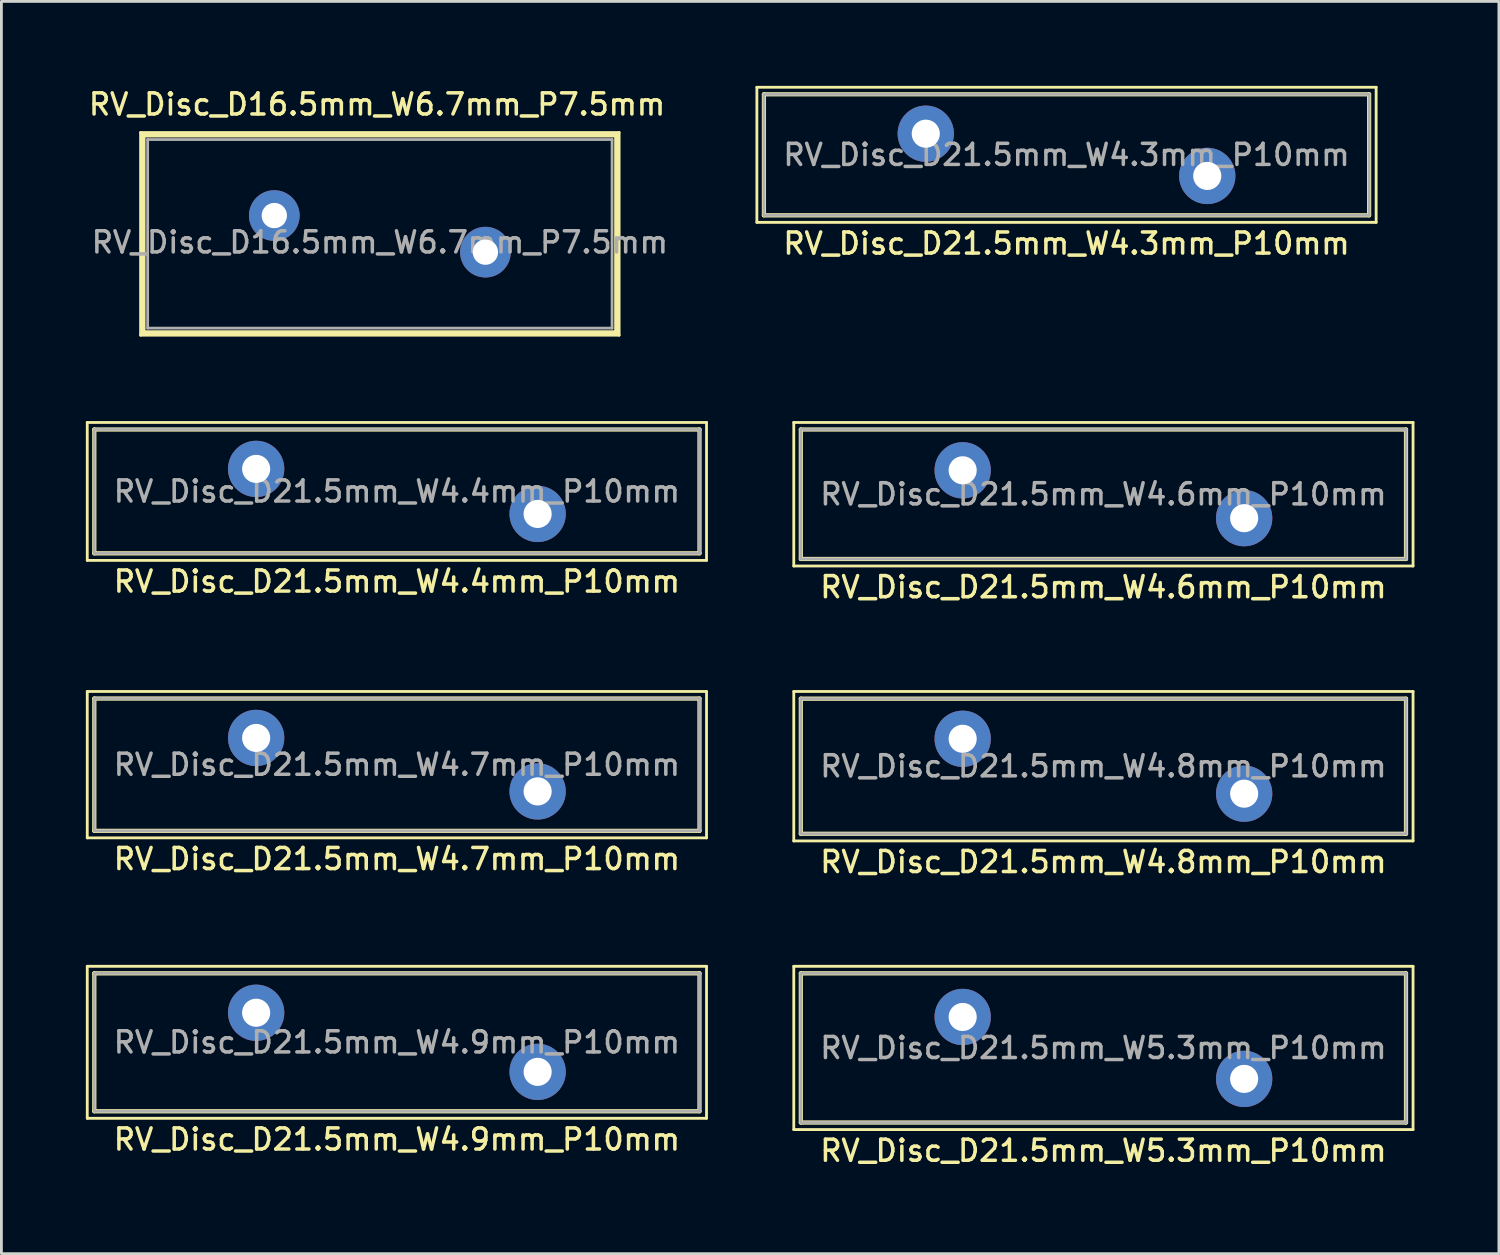
<source format=kicad_pcb>
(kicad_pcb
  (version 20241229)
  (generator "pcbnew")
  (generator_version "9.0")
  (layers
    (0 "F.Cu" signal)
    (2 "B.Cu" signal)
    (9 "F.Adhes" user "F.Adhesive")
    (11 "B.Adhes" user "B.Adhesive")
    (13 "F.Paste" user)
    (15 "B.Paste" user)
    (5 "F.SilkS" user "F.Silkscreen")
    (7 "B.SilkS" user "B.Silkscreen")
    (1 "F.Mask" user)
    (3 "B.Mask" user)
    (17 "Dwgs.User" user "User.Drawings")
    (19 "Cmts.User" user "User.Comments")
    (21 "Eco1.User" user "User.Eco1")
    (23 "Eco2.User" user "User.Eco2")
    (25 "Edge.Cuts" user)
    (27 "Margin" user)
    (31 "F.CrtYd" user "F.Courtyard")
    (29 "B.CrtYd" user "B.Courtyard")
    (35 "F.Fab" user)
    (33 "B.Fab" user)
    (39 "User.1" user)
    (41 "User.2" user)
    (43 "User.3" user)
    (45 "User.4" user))
  (footprint "RV_Disc_D21.5mm_W4.9mm_P10mm"
    (layer "F.Cu")
    (at 6.05 32.929)
    (property "Reference" "RV_Disc_D21.5mm_W4.9mm_P10mm" (at 5 4.5 0) (layer "F.SilkS") (effects (font (size 0.75 0.75) (thickness 0.125))))
    (attr through_hole)
    (fp_line (start -6 -1.65) (end -6 3.75) (stroke (width 0.1) (type solid)) (layer "F.SilkS"))
    (fp_line (start -6 -1.65) (end 16 -1.65) (stroke (width 0.1) (type solid)) (layer "F.SilkS"))
    (fp_line (start -6 3.75) (end 16 3.75) (stroke (width 0.1) (type solid)) (layer "F.SilkS"))
    (fp_line (start -5.75 -1.4) (end -5.75 3.5) (stroke (width 0.15) (type solid)) (layer "F.SilkS"))
    (fp_line (start -5.75 -1.4) (end 15.75 -1.4) (stroke (width 0.15) (type solid)) (layer "F.SilkS"))
    (fp_line (start -5.75 3.5) (end 15.75 3.5) (stroke (width 0.15) (type solid)) (layer "F.SilkS"))
    (fp_line (start 15.75 -1.4) (end 15.75 3.5) (stroke (width 0.15) (type solid)) (layer "F.SilkS"))
    (fp_line (start 16 -1.65) (end 16 3.75) (stroke (width 0.1) (type solid)) (layer "F.SilkS"))
    (fp_line (start -5.75 -1.4) (end -5.75 3.5) (stroke (width 0.1) (type solid)) (layer "F.Fab"))
    (fp_line (start -5.75 -1.4) (end 15.75 -1.4) (stroke (width 0.1) (type solid)) (layer "F.Fab"))
    (fp_line (start -5.75 3.5) (end 15.75 3.5) (stroke (width 0.1) (type solid)) (layer "F.Fab"))
    (fp_line (start 15.75 -1.4) (end 15.75 3.5) (stroke (width 0.1) (type solid)) (layer "F.Fab"))
    (fp_text user "${REFERENCE}" (at 5 1.05 0) (layer "F.Fab") (effects (font (size 0.75 0.75) (thickness 0.125))))
    (pad "1" thru_hole circle (at 0 0) (size 2 2) (drill 1) (layers "*.Cu" "*.Mask"))
    (pad "2" thru_hole circle (at 10 2.1) (size 2 2) (drill 1) (layers "*.Cu" "*.Mask")))
  (footprint "RV_Disc_D21.5mm_W4.3mm_P10mm"
    (layer "F.Cu")
    (at 29.839 1.7)
    (property "Reference" "RV_Disc_D21.5mm_W4.3mm_P10mm" (at 5 3.9 0) (layer "F.SilkS") (effects (font (size 0.75 0.75) (thickness 0.125))))
    (attr through_hole)
    (fp_line (start -6 -1.65) (end -6 3.15) (stroke (width 0.1) (type solid)) (layer "F.SilkS"))
    (fp_line (start -6 -1.65) (end 16 -1.65) (stroke (width 0.1) (type solid)) (layer "F.SilkS"))
    (fp_line (start -6 3.15) (end 16 3.15) (stroke (width 0.1) (type solid)) (layer "F.SilkS"))
    (fp_line (start -5.75 -1.4) (end -5.75 2.9) (stroke (width 0.15) (type solid)) (layer "F.SilkS"))
    (fp_line (start -5.75 -1.4) (end 15.75 -1.4) (stroke (width 0.15) (type solid)) (layer "F.SilkS"))
    (fp_line (start -5.75 2.9) (end 15.75 2.9) (stroke (width 0.15) (type solid)) (layer "F.SilkS"))
    (fp_line (start 15.75 -1.4) (end 15.75 2.9) (stroke (width 0.15) (type solid)) (layer "F.SilkS"))
    (fp_line (start 16 -1.65) (end 16 3.15) (stroke (width 0.1) (type solid)) (layer "F.SilkS"))
    (fp_line (start -5.75 -1.4) (end -5.75 2.9) (stroke (width 0.1) (type solid)) (layer "F.Fab"))
    (fp_line (start -5.75 -1.4) (end 15.75 -1.4) (stroke (width 0.1) (type solid)) (layer "F.Fab"))
    (fp_line (start -5.75 2.9) (end 15.75 2.9) (stroke (width 0.1) (type solid)) (layer "F.Fab"))
    (fp_line (start 15.75 -1.4) (end 15.75 2.9) (stroke (width 0.1) (type solid)) (layer "F.Fab"))
    (fp_text user "${REFERENCE}" (at 5 0.75 0) (layer "F.Fab") (effects (font (size 0.75 0.75) (thickness 0.125))))
    (pad "1" thru_hole circle (at 0 0) (size 2 2) (drill 1) (layers "*.Cu" "*.Mask"))
    (pad "2" thru_hole circle (at 10 1.5) (size 2 2) (drill 1) (layers "*.Cu" "*.Mask")))
  (footprint "RV_Disc_D21.5mm_W4.6mm_P10mm"
    (layer "F.Cu")
    (at 31.15 13.658)
    (property "Reference" "RV_Disc_D21.5mm_W4.6mm_P10mm" (at 5 4.15 0) (layer "F.SilkS") (effects (font (size 0.75 0.75) (thickness 0.125))))
    (attr through_hole)
    (fp_line (start -6 -1.7) (end -6 3.4) (stroke (width 0.1) (type solid)) (layer "F.SilkS"))
    (fp_line (start -6 -1.7) (end 16 -1.7) (stroke (width 0.1) (type solid)) (layer "F.SilkS"))
    (fp_line (start -6 3.4) (end 16 3.4) (stroke (width 0.1) (type solid)) (layer "F.SilkS"))
    (fp_line (start -5.75 -1.45) (end -5.75 3.15) (stroke (width 0.15) (type solid)) (layer "F.SilkS"))
    (fp_line (start -5.75 -1.45) (end 15.75 -1.45) (stroke (width 0.15) (type solid)) (layer "F.SilkS"))
    (fp_line (start -5.75 3.15) (end 15.75 3.15) (stroke (width 0.15) (type solid)) (layer "F.SilkS"))
    (fp_line (start 15.75 -1.45) (end 15.75 3.15) (stroke (width 0.15) (type solid)) (layer "F.SilkS"))
    (fp_line (start 16 -1.7) (end 16 3.4) (stroke (width 0.1) (type solid)) (layer "F.SilkS"))
    (fp_line (start -5.75 -1.45) (end -5.75 3.15) (stroke (width 0.1) (type solid)) (layer "F.Fab"))
    (fp_line (start -5.75 -1.45) (end 15.75 -1.45) (stroke (width 0.1) (type solid)) (layer "F.Fab"))
    (fp_line (start -5.75 3.15) (end 15.75 3.15) (stroke (width 0.1) (type solid)) (layer "F.Fab"))
    (fp_line (start 15.75 -1.45) (end 15.75 3.15) (stroke (width 0.1) (type solid)) (layer "F.Fab"))
    (fp_text user "${REFERENCE}" (at 5 0.85 0) (layer "F.Fab") (effects (font (size 0.75 0.75) (thickness 0.125))))
    (pad "1" thru_hole circle (at 0 0) (size 2 2) (drill 1) (layers "*.Cu" "*.Mask"))
    (pad "2" thru_hole circle (at 10 1.7) (size 2 2) (drill 1) (layers "*.Cu" "*.Mask")))
  (footprint "RV_Disc_D21.5mm_W4.7mm_P10mm"
    (layer "F.Cu")
    (at 6.05 23.166)
    (property "Reference" "RV_Disc_D21.5mm_W4.7mm_P10mm" (at 5 4.3 0) (layer "F.SilkS") (effects (font (size 0.75 0.75) (thickness 0.125))))
    (attr through_hole)
    (fp_line (start -6 -1.65) (end -6 3.55) (stroke (width 0.1) (type solid)) (layer "F.SilkS"))
    (fp_line (start -6 -1.65) (end 16 -1.65) (stroke (width 0.1) (type solid)) (layer "F.SilkS"))
    (fp_line (start -6 3.55) (end 16 3.55) (stroke (width 0.1) (type solid)) (layer "F.SilkS"))
    (fp_line (start -5.75 -1.4) (end -5.75 3.3) (stroke (width 0.15) (type solid)) (layer "F.SilkS"))
    (fp_line (start -5.75 -1.4) (end 15.75 -1.4) (stroke (width 0.15) (type solid)) (layer "F.SilkS"))
    (fp_line (start -5.75 3.3) (end 15.75 3.3) (stroke (width 0.15) (type solid)) (layer "F.SilkS"))
    (fp_line (start 15.75 -1.4) (end 15.75 3.3) (stroke (width 0.15) (type solid)) (layer "F.SilkS"))
    (fp_line (start 16 -1.65) (end 16 3.55) (stroke (width 0.1) (type solid)) (layer "F.SilkS"))
    (fp_line (start -5.75 -1.4) (end -5.75 3.3) (stroke (width 0.1) (type solid)) (layer "F.Fab"))
    (fp_line (start -5.75 -1.4) (end 15.75 -1.4) (stroke (width 0.1) (type solid)) (layer "F.Fab"))
    (fp_line (start -5.75 3.3) (end 15.75 3.3) (stroke (width 0.1) (type solid)) (layer "F.Fab"))
    (fp_line (start 15.75 -1.4) (end 15.75 3.3) (stroke (width 0.1) (type solid)) (layer "F.Fab"))
    (fp_text user "${REFERENCE}" (at 5 0.95 0) (layer "F.Fab") (effects (font (size 0.75 0.75) (thickness 0.125))))
    (pad "1" thru_hole circle (at 0 0) (size 2 2) (drill 1) (layers "*.Cu" "*.Mask"))
    (pad "2" thru_hole circle (at 10 1.9) (size 2 2) (drill 1) (layers "*.Cu" "*.Mask")))
  (footprint "RV_Disc_D21.5mm_W4.8mm_P10mm"
    (layer "F.Cu")
    (at 31.15 23.196)
    (property "Reference" "RV_Disc_D21.5mm_W4.8mm_P10mm" (at 5 4.375 0) (layer "F.SilkS") (effects (font (size 0.75 0.75) (thickness 0.125))))
    (attr through_hole)
    (fp_line (start -6 -1.68) (end -6 3.63) (stroke (width 0.1) (type solid)) (layer "F.SilkS"))
    (fp_line (start -6 -1.68) (end 16 -1.68) (stroke (width 0.1) (type solid)) (layer "F.SilkS"))
    (fp_line (start -6 3.63) (end 16 3.63) (stroke (width 0.1) (type solid)) (layer "F.SilkS"))
    (fp_line (start -5.75 -1.425) (end -5.75 3.375) (stroke (width 0.15) (type solid)) (layer "F.SilkS"))
    (fp_line (start -5.75 -1.425) (end 15.75 -1.425) (stroke (width 0.15) (type solid)) (layer "F.SilkS"))
    (fp_line (start -5.75 3.375) (end 15.75 3.375) (stroke (width 0.15) (type solid)) (layer "F.SilkS"))
    (fp_line (start 15.75 -1.425) (end 15.75 3.375) (stroke (width 0.15) (type solid)) (layer "F.SilkS"))
    (fp_line (start 16 -1.68) (end 16 3.63) (stroke (width 0.1) (type solid)) (layer "F.SilkS"))
    (fp_line (start -5.75 -1.425) (end -5.75 3.375) (stroke (width 0.1) (type solid)) (layer "F.Fab"))
    (fp_line (start -5.75 -1.425) (end 15.75 -1.425) (stroke (width 0.1) (type solid)) (layer "F.Fab"))
    (fp_line (start -5.75 3.375) (end 15.75 3.375) (stroke (width 0.1) (type solid)) (layer "F.Fab"))
    (fp_line (start 15.75 -1.425) (end 15.75 3.375) (stroke (width 0.1) (type solid)) (layer "F.Fab"))
    (fp_text user "${REFERENCE}" (at 5 0.975 0) (layer "F.Fab") (effects (font (size 0.75 0.75) (thickness 0.125))))
    (pad "1" thru_hole circle (at 0 0) (size 2 2) (drill 1) (layers "*.Cu" "*.Mask"))
    (pad "2" thru_hole circle (at 10 1.95) (size 2 2) (drill 1) (layers "*.Cu" "*.Mask")))
  (footprint "RV_Disc_D21.5mm_W4.4mm_P10mm"
    (layer "F.Cu")
    (at 6.05 13.608)
    (property "Reference" "RV_Disc_D21.5mm_W4.4mm_P10mm" (at 5 4 0) (layer "F.SilkS") (effects (font (size 0.75 0.75) (thickness 0.125))))
    (attr through_hole)
    (fp_line (start -6 -1.65) (end -6 3.25) (stroke (width 0.1) (type solid)) (layer "F.SilkS"))
    (fp_line (start -6 -1.65) (end 16 -1.65) (stroke (width 0.1) (type solid)) (layer "F.SilkS"))
    (fp_line (start -6 3.25) (end 16 3.25) (stroke (width 0.1) (type solid)) (layer "F.SilkS"))
    (fp_line (start -5.75 -1.4) (end -5.75 3) (stroke (width 0.15) (type solid)) (layer "F.SilkS"))
    (fp_line (start -5.75 -1.4) (end 15.75 -1.4) (stroke (width 0.15) (type solid)) (layer "F.SilkS"))
    (fp_line (start -5.75 3) (end 15.75 3) (stroke (width 0.15) (type solid)) (layer "F.SilkS"))
    (fp_line (start 15.75 -1.4) (end 15.75 3) (stroke (width 0.15) (type solid)) (layer "F.SilkS"))
    (fp_line (start 16 -1.65) (end 16 3.25) (stroke (width 0.1) (type solid)) (layer "F.SilkS"))
    (fp_line (start -5.75 -1.4) (end -5.75 3) (stroke (width 0.1) (type solid)) (layer "F.Fab"))
    (fp_line (start -5.75 -1.4) (end 15.75 -1.4) (stroke (width 0.1) (type solid)) (layer "F.Fab"))
    (fp_line (start -5.75 3) (end 15.75 3) (stroke (width 0.1) (type solid)) (layer "F.Fab"))
    (fp_line (start 15.75 -1.4) (end 15.75 3) (stroke (width 0.1) (type solid)) (layer "F.Fab"))
    (fp_text user "${REFERENCE}" (at 5 0.8 0) (layer "F.Fab") (effects (font (size 0.75 0.75) (thickness 0.125))))
    (pad "1" thru_hole circle (at 0 0) (size 2 2) (drill 1) (layers "*.Cu" "*.Mask"))
    (pad "2" thru_hole circle (at 10 1.6) (size 2 2) (drill 1) (layers "*.Cu" "*.Mask")))
  (footprint "RV_Disc_D21.5mm_W5.3mm_P10mm"
    (layer "F.Cu")
    (at 31.15 33.079)
    (property "Reference" "RV_Disc_D21.5mm_W5.3mm_P10mm" (at 5 4.75 0) (layer "F.SilkS") (effects (font (size 0.75 0.75) (thickness 0.125))))
    (attr through_hole)
    (fp_line (start -6 -1.8) (end -6 4) (stroke (width 0.1) (type solid)) (layer "F.SilkS"))
    (fp_line (start -6 -1.8) (end 16 -1.8) (stroke (width 0.1) (type solid)) (layer "F.SilkS"))
    (fp_line (start -6 4) (end 16 4) (stroke (width 0.1) (type solid)) (layer "F.SilkS"))
    (fp_line (start -5.75 -1.55) (end -5.75 3.75) (stroke (width 0.15) (type solid)) (layer "F.SilkS"))
    (fp_line (start -5.75 -1.55) (end 15.75 -1.55) (stroke (width 0.15) (type solid)) (layer "F.SilkS"))
    (fp_line (start -5.75 3.75) (end 15.75 3.75) (stroke (width 0.15) (type solid)) (layer "F.SilkS"))
    (fp_line (start 15.75 -1.55) (end 15.75 3.75) (stroke (width 0.15) (type solid)) (layer "F.SilkS"))
    (fp_line (start 16 -1.8) (end 16 4) (stroke (width 0.1) (type solid)) (layer "F.SilkS"))
    (fp_line (start -5.75 -1.55) (end -5.75 3.75) (stroke (width 0.1) (type solid)) (layer "F.Fab"))
    (fp_line (start -5.75 -1.55) (end 15.75 -1.55) (stroke (width 0.1) (type solid)) (layer "F.Fab"))
    (fp_line (start -5.75 3.75) (end 15.75 3.75) (stroke (width 0.1) (type solid)) (layer "F.Fab"))
    (fp_line (start 15.75 -1.55) (end 15.75 3.75) (stroke (width 0.1) (type solid)) (layer "F.Fab"))
    (fp_text user "${REFERENCE}" (at 5 1.1 0) (layer "F.Fab") (effects (font (size 0.75 0.75) (thickness 0.125))))
    (pad "1" thru_hole circle (at 0 0) (size 2 2) (drill 1) (layers "*.Cu" "*.Mask"))
    (pad "2" thru_hole circle (at 10 2.2) (size 2 2) (drill 1) (layers "*.Cu" "*.Mask")))
  (footprint "RV_Disc_D16.5mm_W6.7mm_P7.5mm"
    (layer "F.Cu")
    (at 6.695 4.608)
    (property "Reference" "RV_Disc_D16.5mm_W6.7mm_P7.5mm" (at 3.65 -3.95 0) (layer "F.SilkS") (effects (font (size 0.75 0.75) (thickness 0.125))))
    (attr through_hole)
    (fp_line (start -4.75 -2.95) (end -4.75 4.25) (stroke (width 0.1) (type solid)) (layer "F.SilkS"))
    (fp_line (start -4.75 -2.95) (end 12.25 -2.95) (stroke (width 0.1) (type solid)) (layer "F.SilkS"))
    (fp_line (start -4.75 4.25) (end 12.25 4.25) (stroke (width 0.1) (type solid)) (layer "F.SilkS"))
    (fp_line (start -4.65 -2.85) (end -4.65 4.15) (stroke (width 0.15) (type solid)) (layer "F.SilkS"))
    (fp_line (start -4.65 -2.85) (end 12.15 -2.85) (stroke (width 0.15) (type solid)) (layer "F.SilkS"))
    (fp_line (start -4.65 4.15) (end 12.15 4.15) (stroke (width 0.15) (type solid)) (layer "F.SilkS"))
    (fp_line (start 12.15 -2.85) (end 12.15 4.15) (stroke (width 0.15) (type solid)) (layer "F.SilkS"))
    (fp_line (start 12.25 -2.95) (end 12.25 4.25) (stroke (width 0.1) (type solid)) (layer "F.SilkS"))
    (fp_line (start -4.5 -2.7) (end -4.5 4) (stroke (width 0.1) (type solid)) (layer "F.Fab"))
    (fp_line (start -4.5 -2.7) (end 12 -2.7) (stroke (width 0.1) (type solid)) (layer "F.Fab"))
    (fp_line (start -4.5 4) (end 12 4) (stroke (width 0.1) (type solid)) (layer "F.Fab"))
    (fp_line (start 12 -2.7) (end 12 4) (stroke (width 0.1) (type solid)) (layer "F.Fab"))
    (fp_text user "${REFERENCE}" (at 3.75 0.95 0) (layer "F.Fab") (effects (font (size 0.75 0.75) (thickness 0.125))))
    (pad "1" thru_hole circle (at 0 0) (size 1.8 1.8) (drill 0.9) (layers "*.Cu" "*.Mask"))
    (pad "2" thru_hole circle (at 7.5 1.3) (size 1.8 1.8) (drill 0.9) (layers "*.Cu" "*.Mask")))
  (gr_rect
    (start -3 -3)
    (end 50.2 41.487)
    (stroke (width 0.1) (type default))
    (fill no)
    (layer "Edge.Cuts")))
</source>
